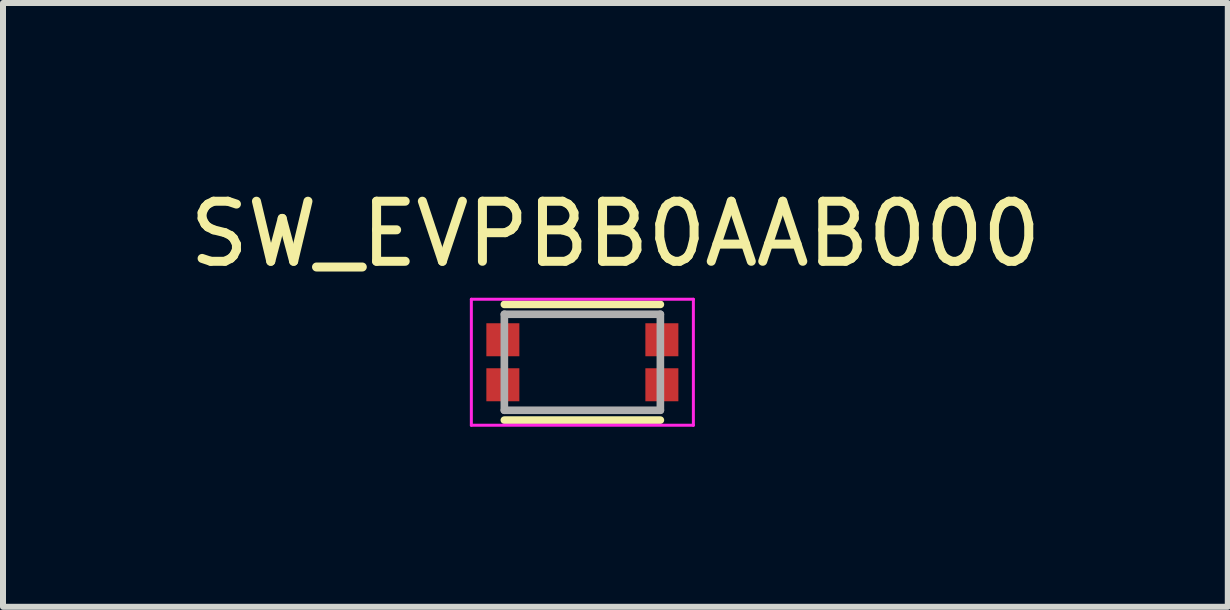
<source format=kicad_pcb>
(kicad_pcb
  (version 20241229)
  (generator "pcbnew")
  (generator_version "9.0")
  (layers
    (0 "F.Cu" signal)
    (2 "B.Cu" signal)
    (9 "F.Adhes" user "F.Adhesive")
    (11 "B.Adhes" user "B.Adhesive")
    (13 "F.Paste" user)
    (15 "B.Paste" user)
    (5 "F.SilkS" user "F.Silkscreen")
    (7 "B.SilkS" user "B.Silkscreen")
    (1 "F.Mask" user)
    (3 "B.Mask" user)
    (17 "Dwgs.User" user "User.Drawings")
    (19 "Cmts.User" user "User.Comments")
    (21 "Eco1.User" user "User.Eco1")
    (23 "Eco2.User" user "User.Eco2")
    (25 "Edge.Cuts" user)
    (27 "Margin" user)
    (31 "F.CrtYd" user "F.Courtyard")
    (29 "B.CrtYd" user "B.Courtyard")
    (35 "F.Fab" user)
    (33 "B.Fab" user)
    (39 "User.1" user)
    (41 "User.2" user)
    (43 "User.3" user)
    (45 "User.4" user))
  (footprint "SW_EVPBB0AAB000"
    (layer "F.Cu")
    (at 6.655 2.987)
    (property "Reference" "SW_EVPBB0AAB000" (at 0.551 -2.138 0) (layer "F.SilkS") (effects (font (size 1.001 1.001) (thickness 0.15))))
    (attr smd)
    (fp_line (start -1.3 -0.964) (end 1.3 -0.964) (stroke (width 0.127) (type solid)) (layer "F.SilkS"))
    (fp_line (start -1.3 0.964) (end 1.3 0.964) (stroke (width 0.127) (type solid)) (layer "F.SilkS"))
    (fp_poly (pts (xy -1.55 -0.6) (xy -1.1 -0.6) (xy -1.1 -0.15) (xy -1.55 -0.15)) (stroke (width 0.01) (type solid)) (fill yes) (layer "F.Paste"))
    (fp_poly (pts (xy -1.55 0.15) (xy -1.1 0.15) (xy -1.1 0.6) (xy -1.55 0.6)) (stroke (width 0.01) (type solid)) (fill yes) (layer "F.Paste"))
    (fp_poly (pts (xy 1.1 -0.6) (xy 1.55 -0.6) (xy 1.55 -0.15) (xy 1.1 -0.15)) (stroke (width 0.01) (type solid)) (fill yes) (layer "F.Paste"))
    (fp_poly (pts (xy 1.1 0.15) (xy 1.55 0.15) (xy 1.55 0.6) (xy 1.1 0.6)) (stroke (width 0.01) (type solid)) (fill yes) (layer "F.Paste"))
    (fp_line (start -1.85 -1.05) (end 1.85 -1.05) (stroke (width 0.05) (type solid)) (layer "F.CrtYd"))
    (fp_line (start -1.85 1.05) (end -1.85 -1.05) (stroke (width 0.05) (type solid)) (layer "F.CrtYd"))
    (fp_line (start 1.85 -1.05) (end 1.85 1.05) (stroke (width 0.05) (type solid)) (layer "F.CrtYd"))
    (fp_line (start 1.85 1.05) (end -1.85 1.05) (stroke (width 0.05) (type solid)) (layer "F.CrtYd"))
    (fp_line (start -1.3 -0.8) (end 1.3 -0.8) (stroke (width 0.127) (type solid)) (layer "F.Fab"))
    (fp_line (start -1.3 0.8) (end -1.3 -0.8) (stroke (width 0.127) (type solid)) (layer "F.Fab"))
    (fp_line (start 1.3 -0.8) (end 1.3 0.8) (stroke (width 0.127) (type solid)) (layer "F.Fab"))
    (fp_line (start 1.3 0.8) (end -1.3 0.8) (stroke (width 0.127) (type solid)) (layer "F.Fab"))
    (pad "A1" smd rect (at -1.325 -0.375) (size 0.55 0.55) (layers "F.Cu" "F.Mask"))
    (pad "A2" smd rect (at -1.325 0.375) (size 0.55 0.55) (layers "F.Cu" "F.Mask"))
    (pad "B1" smd rect (at 1.325 -0.375) (size 0.55 0.55) (layers "F.Cu" "F.Mask"))
    (pad "B2" smd rect (at 1.325 0.375) (size 0.55 0.55) (layers "F.Cu" "F.Mask"))
    (zone (net_name "") (layer "F.Cu") (hatch full 0.508) (connect_pads) (min_thickness 0.01) (filled_areas_thickness no) (keepout (tracks not_allowed) (vias not_allowed) (pads not_allowed) (copperpour not_allowed) (footprints allowed)) (placement (enabled no)) (fill) (polygon (pts (xy 5.652 2.187) (xy 7.655 2.187) (xy 7.655 3.789) (xy 5.652 3.789)))))
  (gr_rect
    (start -3 -3)
    (end 17.411 7.062)
    (stroke (width 0.1) (type default))
    (fill no)
    (layer "Edge.Cuts")))
</source>
